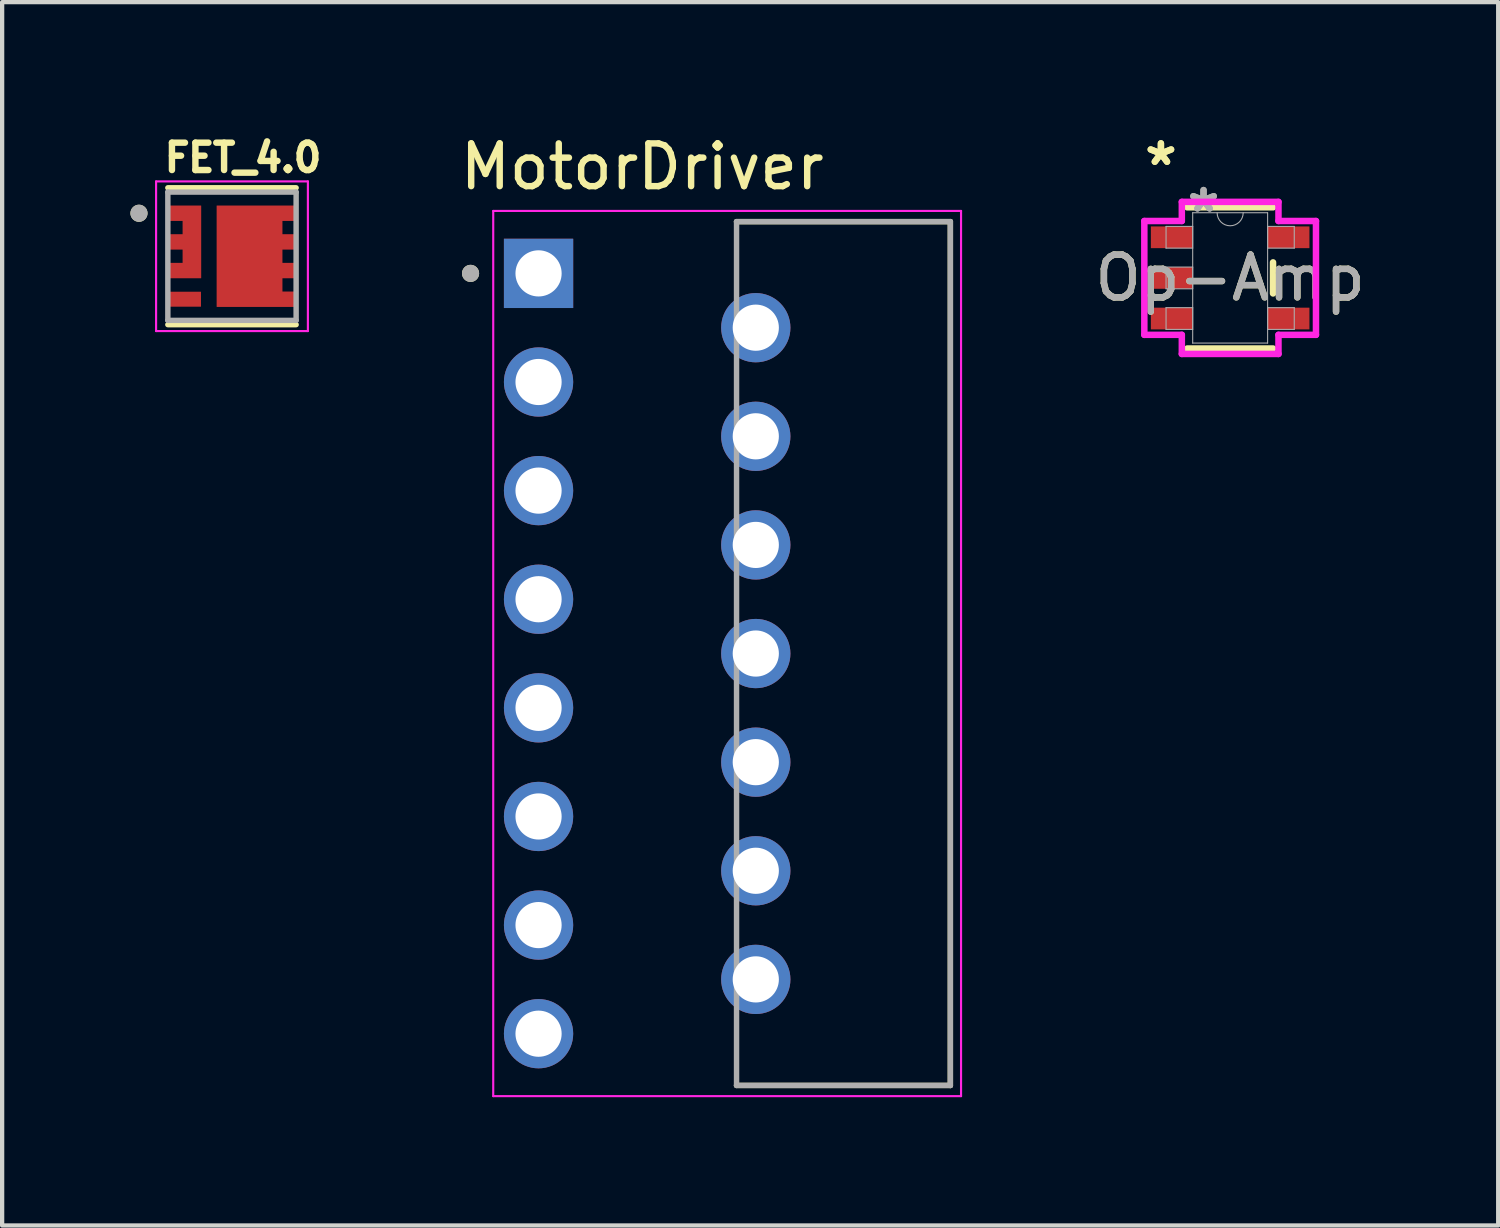
<source format=kicad_pcb>
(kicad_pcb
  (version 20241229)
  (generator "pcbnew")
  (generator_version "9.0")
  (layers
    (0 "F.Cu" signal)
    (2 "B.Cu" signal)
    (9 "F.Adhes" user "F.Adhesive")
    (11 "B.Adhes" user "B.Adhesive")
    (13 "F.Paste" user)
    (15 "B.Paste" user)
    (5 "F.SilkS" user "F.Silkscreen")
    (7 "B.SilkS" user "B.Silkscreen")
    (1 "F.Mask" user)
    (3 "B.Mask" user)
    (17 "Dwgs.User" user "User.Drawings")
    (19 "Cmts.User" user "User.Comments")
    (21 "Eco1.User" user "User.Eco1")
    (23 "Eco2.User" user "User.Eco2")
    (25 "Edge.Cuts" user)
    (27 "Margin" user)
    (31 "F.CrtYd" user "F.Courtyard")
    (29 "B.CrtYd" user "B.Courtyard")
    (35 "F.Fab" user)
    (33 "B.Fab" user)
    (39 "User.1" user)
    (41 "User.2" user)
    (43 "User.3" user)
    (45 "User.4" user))
  (footprint "FET_4.0"
    (layer "F.Cu")
    (at 2.375 2.942)
    (property "Reference" "FET_4.0" (at 0.257 -2.304 0) (layer "F.SilkS") (effects (font (size 0.64 0.64) (thickness 0.15))))
    (attr smd)
    (fp_poly (pts (xy -0.725 0.83) (xy -0.725 1.18) (xy -1.125 1.18) (xy -1.525 1.18) (xy -1.525 0.83) (xy -0.725 0.83)) (stroke (width 0.01) (type solid)) (fill yes) (layer "F.Mask"))
    (fp_poly (pts (xy -0.725 0.51) (xy -1.525 0.51) (xy -1.525 0.16) (xy -1.15 0.16) (xy -1.15 -0.16) (xy -1.525 -0.16) (xy -1.525 -0.51) (xy -1.15 -0.51) (xy -1.15 -0.83) (xy -1.525 -0.83) (xy -1.525 -1.18) (xy -0.725 -1.18)) (stroke (width 0.01) (type solid)) (fill yes) (layer "F.Mask"))
    (fp_poly (pts (xy -0.354 1.18) (xy -0.354 -1.18) (xy 1.525 -1.18) (xy 1.525 -0.83) (xy 1.175 -0.83) (xy 1.175 -0.51) (xy 1.525 -0.51) (xy 1.525 -0.16) (xy 1.175 -0.16) (xy 1.175 0.16) (xy 1.525 0.16) (xy 1.525 0.51) (xy 1.175 0.51) (xy 1.175 0.83) (xy 1.525 0.83) (xy 1.525 1.18)) (stroke (width 0.01) (type solid)) (fill yes) (layer "F.Mask"))
    (fp_line (start -1.5 -1.6) (end 1.5 -1.6) (stroke (width 0.127) (type solid)) (layer "F.SilkS"))
    (fp_line (start -1.5 1.6) (end 1.5 1.6) (stroke (width 0.127) (type solid)) (layer "F.SilkS"))
    (fp_circle (center -2.175 -1.005) (end -2.075 -1.005) (stroke (width 0.2) (type solid)) (fill no) (layer "F.SilkS"))
    (fp_poly (pts (xy -1.515 -0.84) (xy -1.515 -1.17) (xy -0.735 -1.17) (xy -0.735 -0.84)) (stroke (width 0.01) (type solid)) (fill yes) (layer "F.Paste"))
    (fp_poly (pts (xy -1.515 -0.17) (xy -1.515 -0.5) (xy -0.735 -0.5) (xy -0.735 -0.17)) (stroke (width 0.01) (type solid)) (fill yes) (layer "F.Paste"))
    (fp_poly (pts (xy -1.515 0.5) (xy -1.515 0.17) (xy -0.735 0.17) (xy -0.735 0.5)) (stroke (width 0.01) (type solid)) (fill yes) (layer "F.Paste"))
    (fp_poly (pts (xy -1.515 1.17) (xy -1.515 0.84) (xy -0.735 0.84) (xy -0.735 1.17)) (stroke (width 0.01) (type solid)) (fill yes) (layer "F.Paste"))
    (fp_poly (pts (xy -0.36 -0.17) (xy -0.36 -1.161) (xy 0.45 -1.161) (xy 0.45 -0.17)) (stroke (width 0.01) (type solid)) (fill yes) (layer "F.Paste"))
    (fp_poly (pts (xy -0.36 1.161) (xy -0.36 0.17) (xy 0.45 0.17) (xy 0.45 1.161)) (stroke (width 0.01) (type solid)) (fill yes) (layer "F.Paste"))
    (fp_poly (pts (xy 0.7 -1.16) (xy 1.51 -1.16) (xy 1.51 -0.835) (xy 1.16 -0.835) (xy 1.16 -0.495) (xy 1.51 -0.495) (xy 1.51 -0.17) (xy 0.7 -0.17)) (stroke (width 0.01) (type solid)) (fill yes) (layer "F.Paste"))
    (fp_poly (pts (xy 0.7 0.17) (xy 1.51 0.17) (xy 1.51 0.495) (xy 1.16 0.495) (xy 1.16 0.835) (xy 1.51 0.835) (xy 1.51 1.16) (xy 0.7 1.16)) (stroke (width 0.01) (type solid)) (fill yes) (layer "F.Paste"))
    (fp_line (start -1.775 -1.75) (end 1.775 -1.75) (stroke (width 0.05) (type solid)) (layer "F.CrtYd"))
    (fp_line (start -1.775 1.75) (end -1.775 -1.75) (stroke (width 0.05) (type solid)) (layer "F.CrtYd"))
    (fp_line (start 1.775 -1.75) (end 1.775 1.75) (stroke (width 0.05) (type solid)) (layer "F.CrtYd"))
    (fp_line (start 1.775 1.75) (end -1.775 1.75) (stroke (width 0.05) (type solid)) (layer "F.CrtYd"))
    (fp_line (start -1.5 -1.5) (end 1.5 -1.5) (stroke (width 0.127) (type solid)) (layer "F.Fab"))
    (fp_line (start -1.5 1.5) (end -1.5 -1.5) (stroke (width 0.127) (type solid)) (layer "F.Fab"))
    (fp_line (start 1.5 -1.5) (end 1.5 1.5) (stroke (width 0.127) (type solid)) (layer "F.Fab"))
    (fp_line (start 1.5 1.5) (end -1.5 1.5) (stroke (width 0.127) (type solid)) (layer "F.Fab"))
    (fp_circle (center -2.175 -1.005) (end -2.075 -1.005) (stroke (width 0.2) (type solid)) (fill no) (layer "F.Fab"))
    (pad "1_2_3" smd custom (at -1.35 -0.335) (size 0.1 0.1) (layers "F.Cu") (options (anchor rect)) (primitives (gr_poly (pts (xy 0.625 0.845) (xy -0.175 0.845) (xy -0.175 0.495) (xy 0.2 0.495) (xy 0.2 0.175) (xy -0.175 0.175) (xy -0.175 -0.175) (xy 0.2 -0.175) (xy 0.2 -0.495) (xy -0.175 -0.495) (xy -0.175 -0.845) (xy 0.625 -0.845)) (width 0.01) (fill yes))))
    (pad "4" smd rect (at -1.125 1.005) (size 0.8 0.35) (layers "F.Cu"))
    (pad "5_6_7_8" smd custom (at 0 0) (size 0.1 0.1) (layers "F.Cu") (options (anchor rect)) (primitives (gr_poly (pts (xy -0.354 1.18) (xy -0.354 -1.18) (xy 1.525 -1.18) (xy 1.525 -0.83) (xy 1.175 -0.83) (xy 1.175 -0.51) (xy 1.525 -0.51) (xy 1.525 -0.16) (xy 1.175 -0.16) (xy 1.175 0.16) (xy 1.525 0.16) (xy 1.525 0.51) (xy 1.175 0.51) (xy 1.175 0.83) (xy 1.525 0.83) (xy 1.525 1.18)) (width 0.01) (fill yes)))))
  (footprint "Op-Amp"
    (layer "F.Cu")
    (at 25.717 3.449)
    (property "Reference" "Op-Amp" (at 0 0 0) (unlocked yes) (layer "F.SilkS") (effects (font (size 1 1) (thickness 0.15))))
    (attr smd)
    (fp_line (start -1.003 1.651) (end 1.003 1.651) (stroke (width 0.152) (type solid)) (layer "F.SilkS"))
    (fp_line (start 1.003 -1.651) (end -1.003 -1.651) (stroke (width 0.152) (type solid)) (layer "F.SilkS"))
    (fp_line (start 1.003 0.363) (end 1.003 -0.363) (stroke (width 0.152) (type solid)) (layer "F.SilkS"))
    (fp_line (start -2.007 -1.331) (end -1.13 -1.331) (stroke (width 0.152) (type solid)) (layer "F.CrtYd"))
    (fp_line (start -2.007 1.331) (end -2.007 -1.331) (stroke (width 0.152) (type solid)) (layer "F.CrtYd"))
    (fp_line (start -1.13 -1.778) (end 1.13 -1.778) (stroke (width 0.152) (type solid)) (layer "F.CrtYd"))
    (fp_line (start -1.13 -1.331) (end -1.13 -1.778) (stroke (width 0.152) (type solid)) (layer "F.CrtYd"))
    (fp_line (start -1.13 1.331) (end -2.007 1.331) (stroke (width 0.152) (type solid)) (layer "F.CrtYd"))
    (fp_line (start -1.13 1.778) (end -1.13 1.331) (stroke (width 0.152) (type solid)) (layer "F.CrtYd"))
    (fp_line (start 1.13 -1.778) (end 1.13 -1.331) (stroke (width 0.152) (type solid)) (layer "F.CrtYd"))
    (fp_line (start 1.13 -1.331) (end 2.007 -1.331) (stroke (width 0.152) (type solid)) (layer "F.CrtYd"))
    (fp_line (start 1.13 1.331) (end 1.13 1.778) (stroke (width 0.152) (type solid)) (layer "F.CrtYd"))
    (fp_line (start 1.13 1.778) (end -1.13 1.778) (stroke (width 0.152) (type solid)) (layer "F.CrtYd"))
    (fp_line (start 2.007 -1.331) (end 2.007 1.331) (stroke (width 0.152) (type solid)) (layer "F.CrtYd"))
    (fp_line (start 2.007 1.331) (end 1.13 1.331) (stroke (width 0.152) (type solid)) (layer "F.CrtYd"))
    (fp_line (start -1.499 -1.204) (end -1.499 -0.696) (stroke (width 0.025) (type solid)) (layer "F.Fab"))
    (fp_line (start -1.499 -0.696) (end -0.876 -0.696) (stroke (width 0.025) (type solid)) (layer "F.Fab"))
    (fp_line (start -1.499 -0.254) (end -1.499 0.254) (stroke (width 0.025) (type solid)) (layer "F.Fab"))
    (fp_line (start -1.499 0.254) (end -0.876 0.254) (stroke (width 0.025) (type solid)) (layer "F.Fab"))
    (fp_line (start -1.499 0.696) (end -1.499 1.204) (stroke (width 0.025) (type solid)) (layer "F.Fab"))
    (fp_line (start -1.499 1.204) (end -0.876 1.204) (stroke (width 0.025) (type solid)) (layer "F.Fab"))
    (fp_line (start -0.876 -1.524) (end -0.876 1.524) (stroke (width 0.025) (type solid)) (layer "F.Fab"))
    (fp_line (start -0.876 -1.204) (end -1.499 -1.204) (stroke (width 0.025) (type solid)) (layer "F.Fab"))
    (fp_line (start -0.876 -0.696) (end -0.876 -1.204) (stroke (width 0.025) (type solid)) (layer "F.Fab"))
    (fp_line (start -0.876 -0.254) (end -1.499 -0.254) (stroke (width 0.025) (type solid)) (layer "F.Fab"))
    (fp_line (start -0.876 0.254) (end -0.876 -0.254) (stroke (width 0.025) (type solid)) (layer "F.Fab"))
    (fp_line (start -0.876 0.696) (end -1.499 0.696) (stroke (width 0.025) (type solid)) (layer "F.Fab"))
    (fp_line (start -0.876 1.204) (end -0.876 0.696) (stroke (width 0.025) (type solid)) (layer "F.Fab"))
    (fp_line (start -0.876 1.524) (end 0.876 1.524) (stroke (width 0.025) (type solid)) (layer "F.Fab"))
    (fp_line (start 0.876 -1.524) (end -0.876 -1.524) (stroke (width 0.025) (type solid)) (layer "F.Fab"))
    (fp_line (start 0.876 -1.204) (end 0.876 -0.696) (stroke (width 0.025) (type solid)) (layer "F.Fab"))
    (fp_line (start 0.876 -0.696) (end 1.499 -0.696) (stroke (width 0.025) (type solid)) (layer "F.Fab"))
    (fp_line (start 0.876 0.696) (end 0.876 1.204) (stroke (width 0.025) (type solid)) (layer "F.Fab"))
    (fp_line (start 0.876 1.204) (end 1.499 1.204) (stroke (width 0.025) (type solid)) (layer "F.Fab"))
    (fp_line (start 0.876 1.524) (end 0.876 -1.524) (stroke (width 0.025) (type solid)) (layer "F.Fab"))
    (fp_line (start 1.499 -1.204) (end 0.876 -1.204) (stroke (width 0.025) (type solid)) (layer "F.Fab"))
    (fp_line (start 1.499 -0.696) (end 1.499 -1.204) (stroke (width 0.025) (type solid)) (layer "F.Fab"))
    (fp_line (start 1.499 0.696) (end 0.876 0.696) (stroke (width 0.025) (type solid)) (layer "F.Fab"))
    (fp_line (start 1.499 1.204) (end 1.499 0.696) (stroke (width 0.025) (type solid)) (layer "F.Fab"))
    (fp_arc (start 0.3048 -1.524) (mid 0 -1.2192) (end -0.3048 -1.524) (stroke (width 0.0254) (type solid)) (layer "F.Fab"))
    (fp_text user "*" (at -1.619 -2.601 0) (unlocked yes) (layer "F.SilkS") (effects (font (size 1 1) (thickness 0.15))))
    (fp_text user "*" (at -1.619 -2.601 0) (layer "F.SilkS") (effects (font (size 1 1) (thickness 0.15))))
    (fp_text user "*" (at -0.622 -1.509 0) (layer "F.Fab") (effects (font (size 1 1) (thickness 0.15))))
    (fp_text user "${REFERENCE}" (at 0 0 0) (unlocked yes) (layer "F.Fab") (effects (font (size 1 1) (thickness 0.15))))
    (fp_text user "*" (at -0.622 -1.509 0) (unlocked yes) (layer "F.Fab") (effects (font (size 1 1) (thickness 0.15))))
    (pad "1" smd rect (at -1.365 -0.95) (size 0.978 0.508) (layers "F.Cu" "F.Mask" "F.Paste"))
    (pad "2" smd rect (at -1.365 0) (size 0.978 0.508) (layers "F.Cu" "F.Mask" "F.Paste"))
    (pad "3" smd rect (at -1.365 0.95) (size 0.978 0.508) (layers "F.Cu" "F.Mask" "F.Paste"))
    (pad "4" smd rect (at 1.365 0.95) (size 0.978 0.508) (layers "F.Cu" "F.Mask" "F.Paste"))
    (pad "5" smd rect (at 1.365 -0.95) (size 0.978 0.508) (layers "F.Cu" "F.Mask" "F.Paste")))
  (footprint "MotorDriver"
    (layer "F.Cu")
    (at 9.544 3.343)
    (property "Reference" "MotorDriver" (at 2.425 -2.495 0) (layer "F.SilkS") (effects (font (size 1 1) (thickness 0.15))))
    (attr through_hole)
    (fp_line (start 4.63 18.99) (end 9.63 18.99) (stroke (width 0.127) (type solid)) (layer "F.SilkS"))
    (fp_line (start 9.63 -1.21) (end 4.63 -1.21) (stroke (width 0.127) (type solid)) (layer "F.SilkS"))
    (fp_line (start 9.63 18.99) (end 9.63 -1.21) (stroke (width 0.127) (type solid)) (layer "F.SilkS"))
    (fp_circle (center -1.59 0) (end -1.49 0) (stroke (width 0.2) (type solid)) (fill no) (layer "F.SilkS"))
    (fp_line (start -1.06 -1.46) (end -1.06 19.24) (stroke (width 0.05) (type solid)) (layer "F.CrtYd"))
    (fp_line (start -1.06 19.24) (end 9.88 19.24) (stroke (width 0.05) (type solid)) (layer "F.CrtYd"))
    (fp_line (start 9.88 -1.46) (end -1.06 -1.46) (stroke (width 0.05) (type solid)) (layer "F.CrtYd"))
    (fp_line (start 9.88 19.24) (end 9.88 -1.46) (stroke (width 0.05) (type solid)) (layer "F.CrtYd"))
    (fp_line (start 4.63 -1.21) (end 4.63 18.99) (stroke (width 0.127) (type solid)) (layer "F.Fab"))
    (fp_line (start 4.63 18.99) (end 9.63 18.99) (stroke (width 0.127) (type solid)) (layer "F.Fab"))
    (fp_line (start 9.63 -1.21) (end 4.63 -1.21) (stroke (width 0.127) (type solid)) (layer "F.Fab"))
    (fp_line (start 9.63 18.99) (end 9.63 -1.21) (stroke (width 0.127) (type solid)) (layer "F.Fab"))
    (fp_circle (center -1.59 0) (end -1.49 0) (stroke (width 0.2) (type solid)) (fill no) (layer "F.Fab"))
    (pad "1" thru_hole rect (at 0 0) (size 1.62 1.62) (drill 1.08) (layers "*.Cu" "*.Mask"))
    (pad "2" thru_hole circle (at 5.08 1.27) (size 1.62 1.62) (drill 1.08) (layers "*.Cu" "*.Mask"))
    (pad "3" thru_hole circle (at 0 2.54) (size 1.62 1.62) (drill 1.08) (layers "*.Cu" "*.Mask"))
    (pad "4" thru_hole circle (at 5.08 3.81) (size 1.62 1.62) (drill 1.08) (layers "*.Cu" "*.Mask"))
    (pad "5" thru_hole circle (at 0 5.08) (size 1.62 1.62) (drill 1.08) (layers "*.Cu" "*.Mask"))
    (pad "6" thru_hole circle (at 5.08 6.35) (size 1.62 1.62) (drill 1.08) (layers "*.Cu" "*.Mask"))
    (pad "7" thru_hole circle (at 0 7.62) (size 1.62 1.62) (drill 1.08) (layers "*.Cu" "*.Mask"))
    (pad "8" thru_hole circle (at 5.08 8.89) (size 1.62 1.62) (drill 1.08) (layers "*.Cu" "*.Mask"))
    (pad "9" thru_hole circle (at 0 10.16) (size 1.62 1.62) (drill 1.08) (layers "*.Cu" "*.Mask"))
    (pad "10" thru_hole circle (at 5.08 11.43) (size 1.62 1.62) (drill 1.08) (layers "*.Cu" "*.Mask"))
    (pad "11" thru_hole circle (at 0 12.7) (size 1.62 1.62) (drill 1.08) (layers "*.Cu" "*.Mask"))
    (pad "12" thru_hole circle (at 5.08 13.97) (size 1.62 1.62) (drill 1.08) (layers "*.Cu" "*.Mask"))
    (pad "13" thru_hole circle (at 0 15.24) (size 1.62 1.62) (drill 1.08) (layers "*.Cu" "*.Mask"))
    (pad "14" thru_hole circle (at 5.08 16.51) (size 1.62 1.62) (drill 1.08) (layers "*.Cu" "*.Mask"))
    (pad "15" thru_hole circle (at 0 17.78) (size 1.62 1.62) (drill 1.08) (layers "*.Cu" "*.Mask")))
  (gr_rect
    (start -3 -3)
    (end 31.985 25.608)
    (stroke (width 0.1) (type default))
    (fill no)
    (layer "Edge.Cuts")))
</source>
